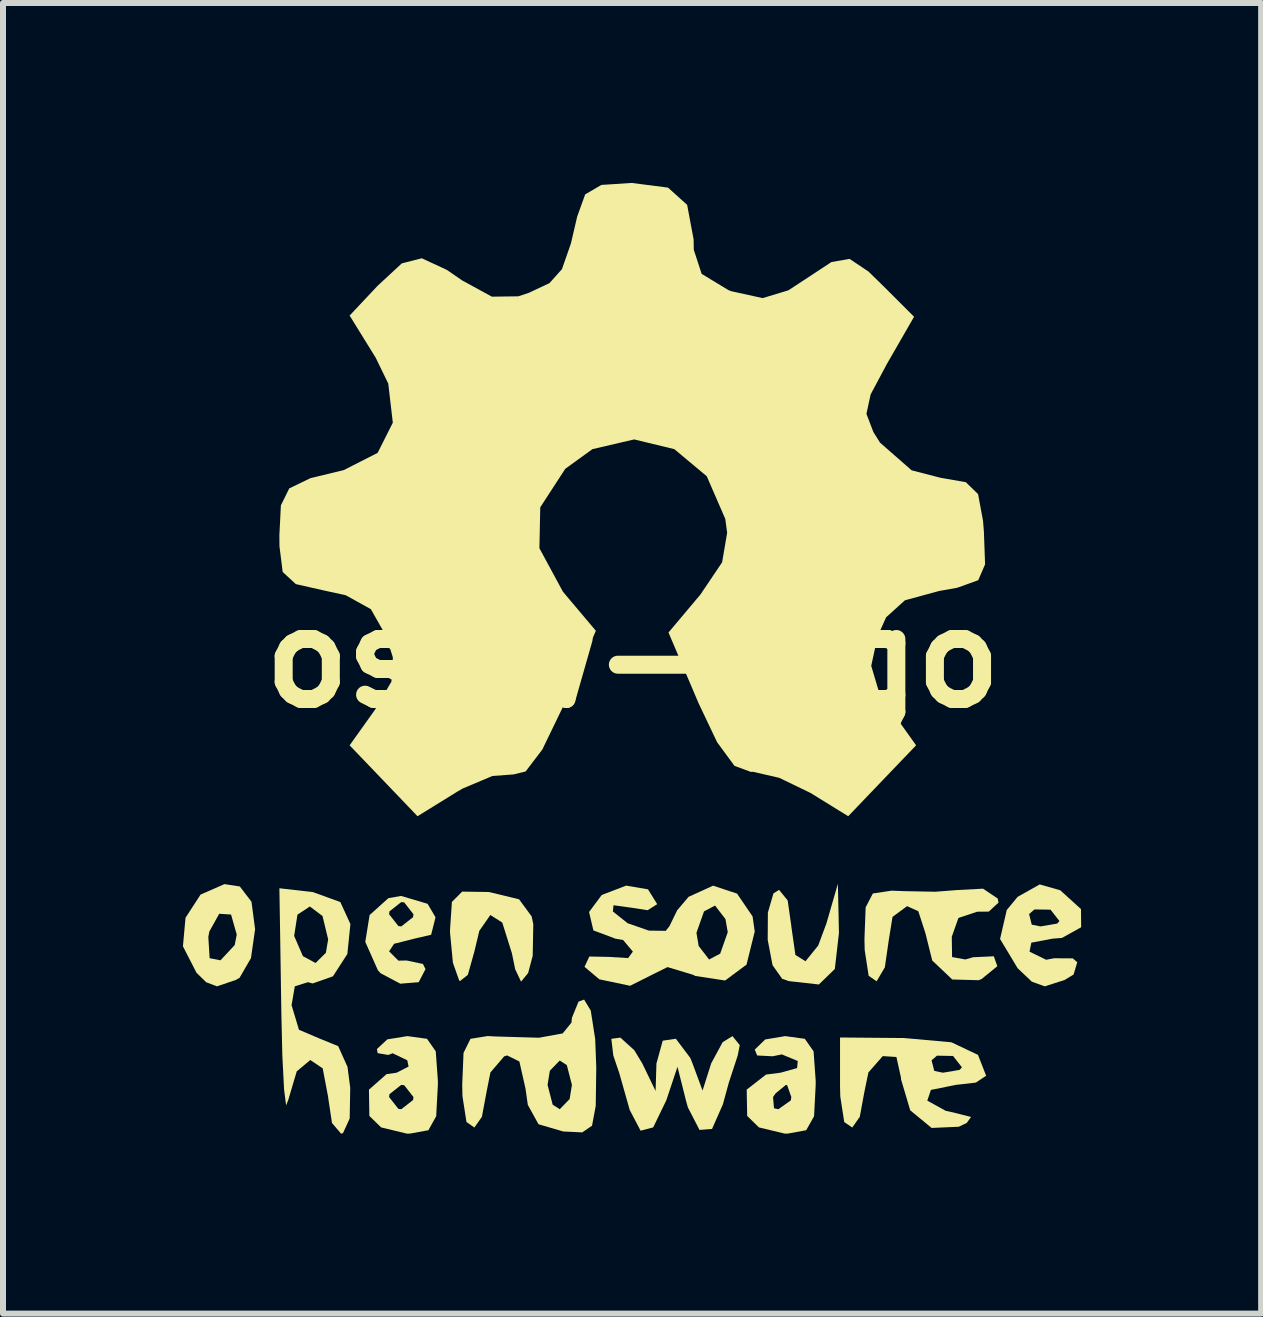
<source format=kicad_pcb>
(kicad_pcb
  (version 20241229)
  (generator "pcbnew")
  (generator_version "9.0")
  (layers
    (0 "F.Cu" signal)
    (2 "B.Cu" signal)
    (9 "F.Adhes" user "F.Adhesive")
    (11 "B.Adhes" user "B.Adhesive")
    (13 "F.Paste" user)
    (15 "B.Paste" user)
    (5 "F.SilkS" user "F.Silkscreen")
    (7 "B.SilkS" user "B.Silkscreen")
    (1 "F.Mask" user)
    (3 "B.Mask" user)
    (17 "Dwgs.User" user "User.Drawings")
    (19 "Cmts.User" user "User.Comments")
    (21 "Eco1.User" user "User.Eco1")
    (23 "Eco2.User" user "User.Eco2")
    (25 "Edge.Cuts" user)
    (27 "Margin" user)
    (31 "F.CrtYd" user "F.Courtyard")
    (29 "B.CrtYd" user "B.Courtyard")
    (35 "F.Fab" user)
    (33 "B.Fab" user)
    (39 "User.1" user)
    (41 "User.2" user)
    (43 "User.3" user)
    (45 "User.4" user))
  (footprint "oshw-logo"
    (layer "F.Cu")
    (at 7.501 7.925)
    (property "Reference" "oshw-logo" (at 0 0 0) (layer "F.SilkS") (effects (font (size 1.5 1.5) (thickness 0.3))))
    (attr board_only exclude_from_pos_files exclude_from_bom)
    (fp_poly (pts (xy 3.436 4.58) (xy 3.367 5.18) (xy 3.101 5.438) (xy 2.6 5.382) (xy 2.489 5.343) (xy 2.329 5.117) (xy 2.248 4.694) (xy 2.251 4.239) (xy 2.344 3.919) (xy 2.438 3.861) (xy 2.581 4.037) (xy 2.642 4.463) (xy 2.642 4.47) (xy 2.71 4.946) (xy 2.878 5.051) (xy 3.09 4.789) (xy 3.227 4.42) (xy 3.418 3.759)) (stroke (width 0) (type solid)) (fill yes) (layer "F.SilkS"))
    (fp_poly (pts (xy -2.413 3.896) (xy -2.388 3.899) (xy -1.897 4.018) (xy -1.687 4.304) (xy -1.66 4.434) (xy -1.67 4.961) (xy -1.746 5.247) (xy -1.864 5.391) (xy -1.962 5.184) (xy -2.016 4.92) (xy -2.177 4.406) (xy -2.376 4.28) (xy -2.56 4.544) (xy -2.642 4.888) (xy -2.751 5.277) (xy -2.882 5.381) (xy -2.896 5.37) (xy -3 5.077) (xy -3.048 4.574) (xy -3.048 4.525) (xy -3.017 4.062) (xy -2.846 3.89)) (stroke (width 0) (type solid)) (fill yes) (layer "F.SilkS"))
    (fp_poly (pts (xy -6.553 3.804) (xy -6.358 4.059) (xy -6.298 4.517) (xy -6.367 4.999) (xy -6.557 5.327) (xy -6.621 5.363) (xy -6.934 5.469) (xy -7.113 5.401) (xy -7.275 5.243) (xy -7.501 4.802) (xy -7.487 4.645) (xy -7.078 4.645) (xy -7.056 5) (xy -6.875 5.035) (xy -6.638 4.781) (xy -6.604 4.606) (xy -6.699 4.272) (xy -6.896 4.259) (xy -7.061 4.555) (xy -7.078 4.645) (xy -7.487 4.645) (xy -7.458 4.326) (xy -7.207 3.939) (xy -6.809 3.765)) (stroke (width 0) (type solid)) (fill yes) (layer "F.SilkS"))
    (fp_poly (pts (xy -3.422 4.093) (xy -3.29 4.318) (xy -3.363 4.609) (xy -3.643 4.674) (xy -3.981 4.76) (xy -4.064 4.886) (xy -3.908 5.041) (xy -3.773 5.038) (xy -3.5 5.096) (xy -3.457 5.182) (xy -3.571 5.4) (xy -3.877 5.425) (xy -4.205 5.251) (xy -4.251 5.201) (xy -4.461 4.728) (xy -4.389 4.281) (xy -4.374 4.267) (xy -4.064 4.267) (xy -3.909 4.464) (xy -3.861 4.47) (xy -3.664 4.316) (xy -3.658 4.267) (xy -3.812 4.07) (xy -3.861 4.064) (xy -4.058 4.219) (xy -4.064 4.267) (xy -4.374 4.267) (xy -4.076 3.999) (xy -3.864 3.962)) (stroke (width 0) (type solid)) (fill yes) (layer "F.SilkS"))
    (fp_poly (pts (xy 1.782 6.449) (xy 1.748 6.623) (xy 1.599 7.078) (xy 1.501 7.436) (xy 1.32 7.847) (xy 1.111 7.863) (xy 0.917 7.487) (xy 0.884 7.368) (xy 0.744 6.81) (xy 0.558 7.368) (xy 0.339 7.821) (xy 0.129 7.876) (xy -0.053 7.529) (xy -0.079 7.436) (xy -0.227 6.914) (xy -0.326 6.623) (xy -0.359 6.344) (xy -0.208 6.324) (xy 0.024 6.534) (xy 0.158 6.756) (xy 0.379 7.214) (xy 0.393 6.756) (xy 0.498 6.375) (xy 0.717 6.343) (xy 0.957 6.662) (xy 0.994 6.753) (xy 1.162 7.207) (xy 1.306 6.753) (xy 1.497 6.4) (xy 1.661 6.299)) (stroke (width 0) (type solid)) (fill yes) (layer "F.SilkS"))
    (fp_poly (pts (xy 7.126 3.868) (xy 7.471 4.181) (xy 7.474 4.484) (xy 7.154 4.662) (xy 6.998 4.674) (xy 6.643 4.741) (xy 6.613 4.891) (xy 6.89 5.026) (xy 7.024 5.001) (xy 7.335 5.003) (xy 7.409 5.068) (xy 7.347 5.273) (xy 7.196 5.364) (xy 6.867 5.469) (xy 6.652 5.392) (xy 6.415 5.167) (xy 6.122 4.68) (xy 6.218 4.264) (xy 6.606 4.264) (xy 6.65 4.441) (xy 6.795 4.47) (xy 7.074 4.423) (xy 7.112 4.381) (xy 6.963 4.191) (xy 6.695 4.187) (xy 6.606 4.264) (xy 6.218 4.264) (xy 6.233 4.197) (xy 6.415 3.977) (xy 6.783 3.77)) (stroke (width 0) (type solid)) (fill yes) (layer "F.SilkS"))
    (fp_poly (pts (xy -3.432 6.344) (xy -3.286 6.553) (xy -3.251 7.041) (xy -3.251 7.112) (xy -3.279 7.635) (xy -3.409 7.868) (xy -3.716 7.924) (xy -3.766 7.925) (xy -4.197 7.821) (xy -4.393 7.63) (xy -4.398 7.315) (xy -4.064 7.315) (xy -3.909 7.512) (xy -3.861 7.518) (xy -3.664 7.364) (xy -3.658 7.315) (xy -3.812 7.118) (xy -3.861 7.112) (xy -4.058 7.267) (xy -4.064 7.315) (xy -4.398 7.315) (xy -4.4 7.192) (xy -4.107 6.933) (xy -3.938 6.909) (xy -3.739 6.806) (xy -3.761 6.702) (xy -4.005 6.585) (xy -4.078 6.613) (xy -4.255 6.583) (xy -4.267 6.514) (xy -4.093 6.353) (xy -3.759 6.299)) (stroke (width 0) (type solid)) (fill yes) (layer "F.SilkS"))
    (fp_poly (pts (xy 2.867 6.344) (xy 3.013 6.553) (xy 3.048 7.041) (xy 3.048 7.112) (xy 3.021 7.635) (xy 2.89 7.868) (xy 2.584 7.924) (xy 2.534 7.925) (xy 2.102 7.821) (xy 1.906 7.63) (xy 1.9 7.315) (xy 2.337 7.315) (xy 2.353 7.502) (xy 2.426 7.518) (xy 2.633 7.371) (xy 2.642 7.315) (xy 2.572 7.117) (xy 2.552 7.112) (xy 2.379 7.254) (xy 2.337 7.315) (xy 1.9 7.315) (xy 1.898 7.191) (xy 2.22 6.94) (xy 2.462 6.909) (xy 2.738 6.832) (xy 2.749 6.714) (xy 2.484 6.604) (xy 2.33 6.635) (xy 2.073 6.622) (xy 2.032 6.524) (xy 2.206 6.355) (xy 2.54 6.299)) (stroke (width 0) (type solid)) (fill yes) (layer "F.SilkS"))
    (fp_poly (pts (xy 6.083 4.005) (xy 6.096 4.073) (xy 5.934 4.223) (xy 5.74 4.225) (xy 5.428 4.329) (xy 5.317 4.642) (xy 5.322 4.981) (xy 5.542 5.021) (xy 5.673 4.984) (xy 6.018 4.968) (xy 6.076 5.134) (xy 5.814 5.347) (xy 5.765 5.367) (xy 5.325 5.355) (xy 4.991 5.038) (xy 4.877 4.581) (xy 4.759 4.217) (xy 4.572 4.132) (xy 4.329 4.311) (xy 4.267 4.695) (xy 4.201 5.152) (xy 4.064 5.385) (xy 3.931 5.293) (xy 3.865 4.863) (xy 3.861 4.679) (xy 3.881 4.152) (xy 4.001 3.921) (xy 4.315 3.874) (xy 4.521 3.882) (xy 5.042 3.892) (xy 5.381 3.866) (xy 5.385 3.865) (xy 5.838 3.841)) (stroke (width 0) (type solid)) (fill yes) (layer "F.SilkS"))
    (fp_poly (pts (xy 4.521 6.331) (xy 5.311 6.402) (xy 5.754 6.612) (xy 5.89 6.96) (xy 5.718 7.074) (xy 5.385 7.112) (xy 4.969 7.196) (xy 4.909 7.375) (xy 5.217 7.545) (xy 5.334 7.57) (xy 5.638 7.647) (xy 5.566 7.747) (xy 5.433 7.81) (xy 4.981 7.83) (xy 4.624 7.536) (xy 4.471 7.02) (xy 4.47 6.992) (xy 4.406 6.702) (xy 4.98 6.702) (xy 5.025 6.879) (xy 5.17 6.909) (xy 5.448 6.862) (xy 5.486 6.819) (xy 5.338 6.63) (xy 5.07 6.625) (xy 4.98 6.702) (xy 4.406 6.702) (xy 4.394 6.647) (xy 4.166 6.632) (xy 3.927 6.905) (xy 3.861 7.223) (xy 3.783 7.645) (xy 3.658 7.823) (xy 3.524 7.732) (xy 3.458 7.305) (xy 3.454 7.136) (xy 3.454 6.322)) (stroke (width 0) (type solid)) (fill yes) (layer "F.SilkS"))
    (fp_poly (pts (xy -5.334 3.898) (xy -4.877 4.064) (xy -4.709 4.431) (xy -4.76 4.93) (xy -5 5.302) (xy -5.338 5.421) (xy -5.417 5.4) (xy -5.636 5.469) (xy -5.69 5.783) (xy -5.567 6.193) (xy -5.232 6.336) (xy -4.913 6.466) (xy -4.757 6.813) (xy -4.712 7.163) (xy -4.721 7.672) (xy -4.833 7.917) (xy -4.865 7.925) (xy -5.016 7.748) (xy -5.08 7.323) (xy -5.08 7.315) (xy -5.171 6.837) (xy -5.378 6.697) (xy -5.604 6.887) (xy -5.746 7.366) (xy -5.781 7.454) (xy -5.815 7.188) (xy -5.844 6.62) (xy -5.86 5.93) (xy -5.88 4.629) (xy -5.647 4.629) (xy -5.501 4.966) (xy -5.29 5.08) (xy -5.118 4.91) (xy -5.08 4.686) (xy -5.174 4.297) (xy -5.385 4.138) (xy -5.592 4.274) (xy -5.647 4.629) (xy -5.88 4.629) (xy -5.893 3.834)) (stroke (width 0) (type solid)) (fill yes) (layer "F.SilkS"))
    (fp_poly (pts (xy -0.702 5.873) (xy -0.628 6.348) (xy -0.61 6.821) (xy -0.619 7.463) (xy -0.681 7.793) (xy -0.844 7.904) (xy -1.158 7.889) (xy -1.168 7.887) (xy -1.573 7.768) (xy -1.751 7.446) (xy -1.79 7.174) (xy -1.804 7.112) (xy -1.422 7.112) (xy -1.337 7.442) (xy -1.219 7.518) (xy -1.054 7.348) (xy -1.016 7.112) (xy -1.101 6.782) (xy -1.219 6.706) (xy -1.384 6.876) (xy -1.422 7.112) (xy -1.804 7.112) (xy -1.892 6.722) (xy -2.096 6.621) (xy -2.146 6.637) (xy -2.375 6.905) (xy -2.438 7.223) (xy -2.517 7.645) (xy -2.642 7.823) (xy -2.774 7.731) (xy -2.841 7.3) (xy -2.845 7.109) (xy -2.823 6.578) (xy -2.707 6.344) (xy -2.422 6.298) (xy -2.286 6.305) (xy -1.566 6.326) (xy -1.17 6.254) (xy -1.023 6.073) (xy -1.016 5.994) (xy -0.906 5.724) (xy -0.813 5.69)) (stroke (width 0) (type solid)) (fill yes) (layer "F.SilkS"))
    (fp_poly (pts (xy 0.252 3.852) (xy 0.406 4.099) (xy 0.246 4.2) (xy -0.025 4.158) (xy -0.323 4.117) (xy -0.333 4.221) (xy -0.087 4.417) (xy 0.266 4.54) (xy 0.548 4.544) (xy 0.61 4.466) (xy 0.739 4.201) (xy 0.929 3.977) (xy 1.337 3.791) (xy 1.737 3.923) (xy 1.996 4.304) (xy 2.032 4.554) (xy 1.895 5.107) (xy 1.538 5.372) (xy 1.041 5.296) (xy 1.007 5.278) (xy 0.578 5.148) (xy 0.344 5.264) (xy -0.046 5.46) (xy -0.559 5.352) (xy -0.806 5.144) (xy -0.726 4.972) (xy -0.406 4.978) (xy -0.079 4.998) (xy 0 4.89) (xy -0.163 4.696) (xy -0.293 4.674) (xy -0.549 4.577) (xy 1.06 4.577) (xy 1.097 4.796) (xy 1.271 5.022) (xy 1.456 4.924) (xy 1.582 4.567) (xy 1.544 4.348) (xy 1.37 4.122) (xy 1.186 4.22) (xy 1.06 4.577) (xy -0.549 4.577) (xy -0.658 4.537) (xy -0.73 4.23) (xy -0.519 3.946) (xy -0.112 3.79)) (stroke (width 0) (type solid)) (fill yes) (layer "F.SilkS"))
    (fp_poly (pts (xy 0.586 -7.847) (xy 0.905 -7.56) (xy 1.013 -6.983) (xy 1.016 -6.81) (xy 1.147 -6.409) (xy 1.594 -6.138) (xy 1.649 -6.118) (xy 2.164 -6.005) (xy 2.593 -6.135) (xy 2.848 -6.302) (xy 3.31 -6.606) (xy 3.613 -6.659) (xy 3.928 -6.448) (xy 4.182 -6.2) (xy 4.688 -5.694) (xy 4.234 -4.905) (xy 3.964 -4.399) (xy 3.894 -4.075) (xy 4.01 -3.772) (xy 4.121 -3.595) (xy 4.648 -3.134) (xy 5.127 -3.01) (xy 5.551 -2.936) (xy 5.755 -2.738) (xy 5.838 -2.293) (xy 5.853 -2.102) (xy 5.872 -1.566) (xy 5.758 -1.302) (xy 5.409 -1.176) (xy 5.105 -1.122) (xy 4.536 -0.967) (xy 4.222 -0.683) (xy 4.081 -0.368) (xy 3.974 0.126) (xy 4.1 0.55) (xy 4.294 0.85) (xy 4.722 1.451) (xy 4.156 2.042) (xy 3.59 2.633) (xy 2.962 2.245) (xy 2.441 1.993) (xy 2.002 1.892) (xy 1.967 1.894) (xy 1.694 1.793) (xy 1.405 1.4) (xy 1.096 0.75) (xy 0.594 -0.43) (xy 1.128 -1.065) (xy 1.488 -1.6) (xy 1.572 -2.093) (xy 1.541 -2.323) (xy 1.232 -3.035) (xy 0.691 -3.487) (xy 0.022 -3.649) (xy -0.674 -3.487) (xy -1.127 -3.159) (xy -1.544 -2.517) (xy -1.558 -1.835) (xy -1.168 -1.114) (xy -1.122 -1.058) (xy -0.617 -0.459) (xy -1.158 0.794) (xy -1.51 1.522) (xy -1.788 1.887) (xy -1.99 1.936) (xy -2.341 1.962) (xy -2.835 2.17) (xy -2.935 2.228) (xy -3.59 2.633) (xy -4.156 2.042) (xy -4.722 1.451) (xy -4.298 0.856) (xy -4.025 0.389) (xy -4.001 -0.014) (xy -4.111 -0.366) (xy -4.368 -0.819) (xy -4.788 -1.052) (xy -5.12 -1.124) (xy -5.619 -1.237) (xy -5.838 -1.439) (xy -5.892 -1.869) (xy -5.893 -2.056) (xy -5.868 -2.55) (xy -5.729 -2.832) (xy -5.376 -3.003) (xy -4.819 -3.138) (xy -4.255 -3.425) (xy -4.002 -3.928) (xy -4.078 -4.58) (xy -4.288 -5.012) (xy -4.722 -5.714) (xy -4.256 -6.21) (xy -3.852 -6.584) (xy -3.519 -6.669) (xy -3.102 -6.476) (xy -2.843 -6.298) (xy -2.35 -6.029) (xy -1.911 -6.035) (xy -1.739 -6.091) (xy -1.391 -6.254) (xy -1.182 -6.488) (xy -1.032 -6.918) (xy -0.928 -7.366) (xy -0.795 -7.734) (xy -0.525 -7.892) (xy -0.018 -7.925)) (stroke (width 0) (type solid)) (fill yes) (layer "F.SilkS")))
  (gr_rect
    (start -3 -3)
    (end 17.976 18.85)
    (stroke (width 0.1) (type default))
    (fill no)
    (layer "Edge.Cuts")))
</source>
